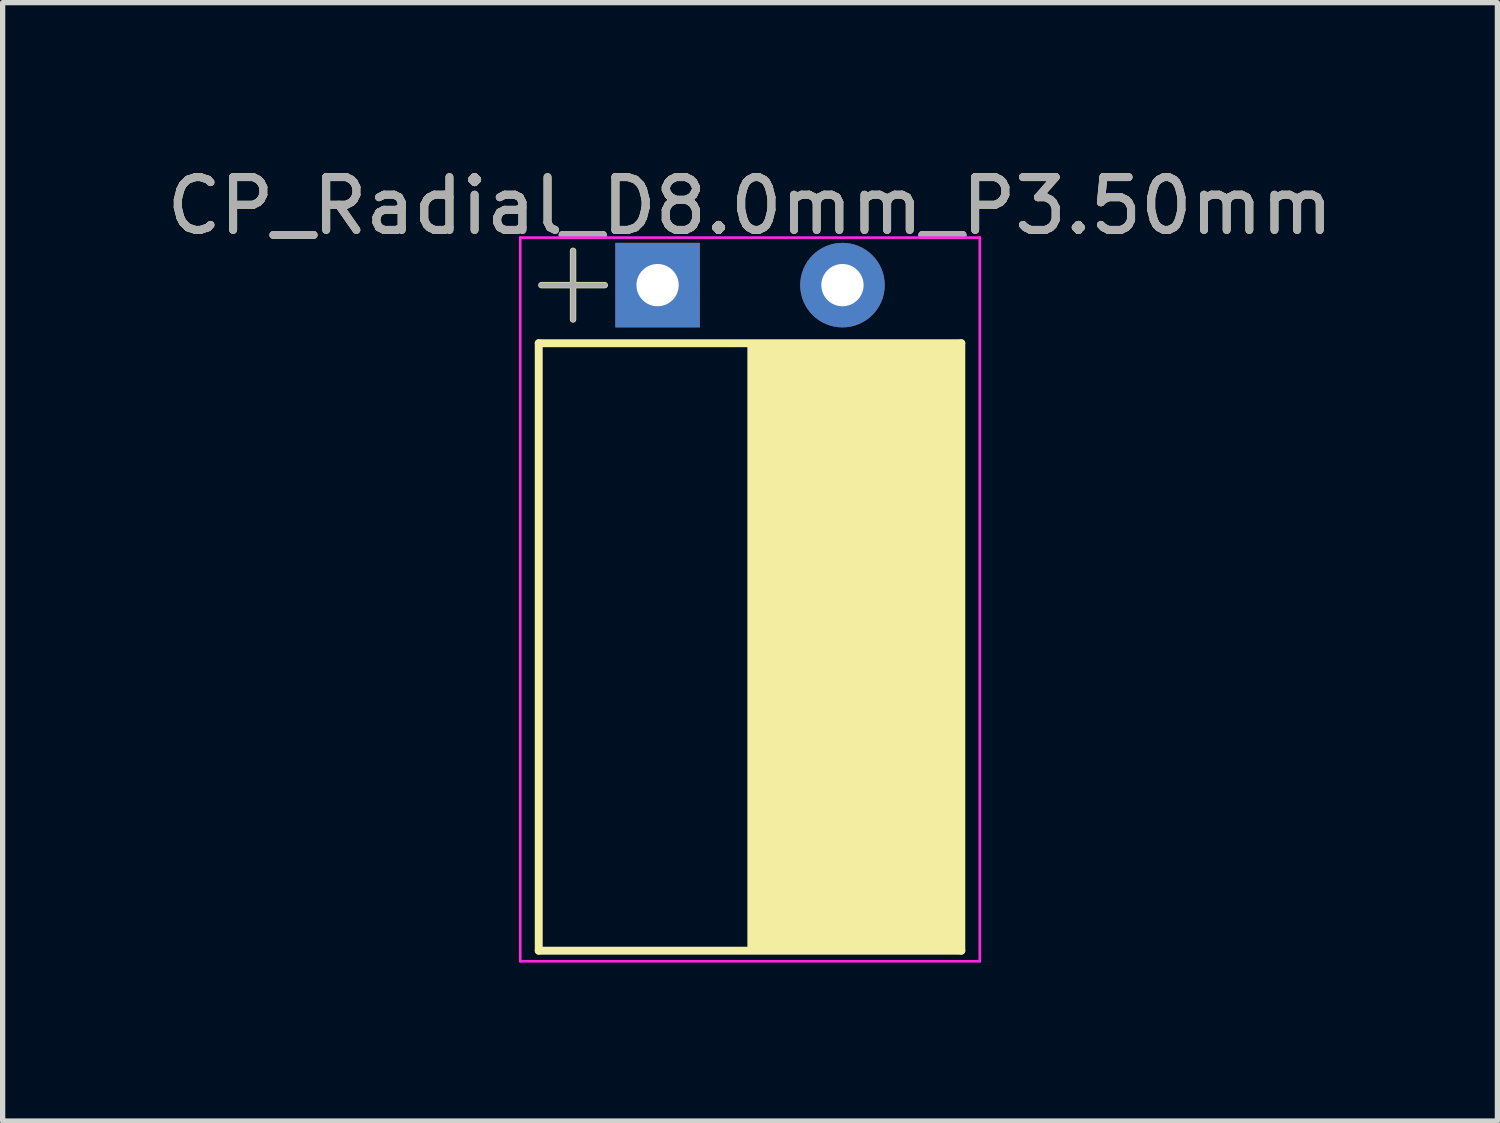
<source format=kicad_pcb>
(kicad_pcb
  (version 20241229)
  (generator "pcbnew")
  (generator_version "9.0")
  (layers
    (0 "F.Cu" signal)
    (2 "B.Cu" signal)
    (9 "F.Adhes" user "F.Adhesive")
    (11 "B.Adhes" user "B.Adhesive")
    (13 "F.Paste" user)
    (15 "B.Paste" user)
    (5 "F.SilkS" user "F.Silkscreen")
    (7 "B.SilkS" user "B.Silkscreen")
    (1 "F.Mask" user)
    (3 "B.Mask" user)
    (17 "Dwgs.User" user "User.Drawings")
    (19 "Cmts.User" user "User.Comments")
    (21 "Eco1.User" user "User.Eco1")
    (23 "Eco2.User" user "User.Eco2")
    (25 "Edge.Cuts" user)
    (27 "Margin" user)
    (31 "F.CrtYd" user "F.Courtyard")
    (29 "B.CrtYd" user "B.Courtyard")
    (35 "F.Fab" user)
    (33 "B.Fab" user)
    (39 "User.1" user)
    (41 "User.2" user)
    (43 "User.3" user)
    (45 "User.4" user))
  (footprint "CP_Radial_D8.0mm_P3.50mm"
    (layer "F.Cu")
    (at 11.149 2.348)
    (property "Reference" "CP_Radial_D8.0mm_P3.50mm" (at 0 -1.5 0) (layer "F.SilkS") (effects (font (size 1 1) (thickness 0.15))))
    (attr through_hole)
    (fp_line (start -4 1.1) (end 4 1.1) (stroke (width 0.15) (type solid)) (layer "F.SilkS"))
    (fp_line (start -4 12.6) (end -4 1.1) (stroke (width 0.15) (type solid)) (layer "F.SilkS"))
    (fp_line (start -3.95 0) (end -2.75 0) (stroke (width 0.12) (type solid)) (layer "F.SilkS"))
    (fp_line (start -3.35 -0.65) (end -3.35 0.65) (stroke (width 0.12) (type solid)) (layer "F.SilkS"))
    (fp_line (start 4 1.1) (end 4 12.6) (stroke (width 0.15) (type solid)) (layer "F.SilkS"))
    (fp_line (start 4 12.6) (end -4 12.6) (stroke (width 0.15) (type solid)) (layer "F.SilkS"))
    (fp_poly (pts (xy 4 12.6) (xy 0 12.6) (xy 0 1.1) (xy 4 1.1)) (stroke (width 0.1) (type solid)) (fill yes) (layer "F.SilkS"))
    (fp_line (start -4.35 -0.9) (end -4.35 12.8) (stroke (width 0.05) (type solid)) (layer "F.CrtYd"))
    (fp_line (start -4.35 12.8) (end 4.35 12.8) (stroke (width 0.05) (type solid)) (layer "F.CrtYd"))
    (fp_line (start 4.35 -0.9) (end -4.35 -0.9) (stroke (width 0.05) (type solid)) (layer "F.CrtYd"))
    (fp_line (start 4.35 12.8) (end 4.35 -0.9) (stroke (width 0.05) (type solid)) (layer "F.CrtYd"))
    (fp_line (start -3.95 0) (end -2.75 0) (stroke (width 0.1) (type solid)) (layer "F.Fab"))
    (fp_line (start -3.35 -0.65) (end -3.35 0.65) (stroke (width 0.1) (type solid)) (layer "F.Fab"))
    (fp_text user "${REFERENCE}" (at 0 -1.5 0) (layer "F.Fab") (effects (font (size 1 1) (thickness 0.15))))
    (pad "1" thru_hole rect (at -1.75 0) (size 1.6 1.6) (drill 0.8) (layers "*.Cu" "*.Mask"))
    (pad "2" thru_hole circle (at 1.75 0) (size 1.6 1.6) (drill 0.8) (layers "*.Cu" "*.Mask")))
  (gr_rect
    (start -3 -3)
    (end 25.298 18.173)
    (stroke (width 0.1) (type default))
    (fill no)
    (layer "Edge.Cuts")))
</source>
